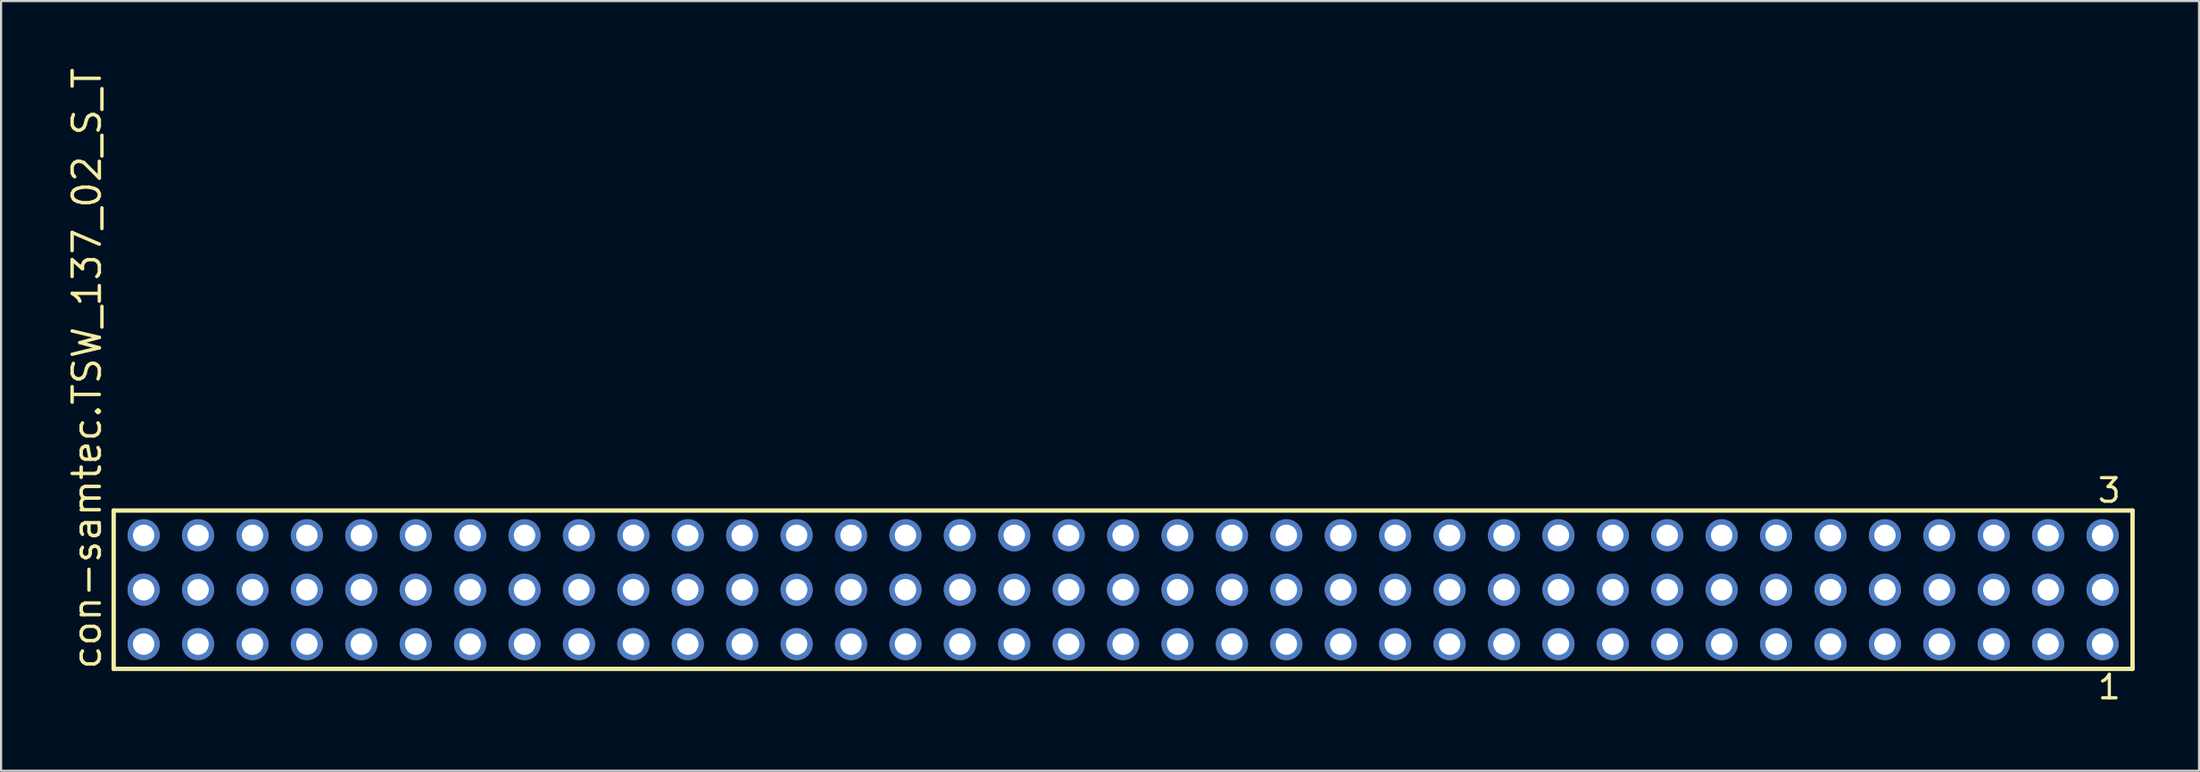
<source format=kicad_pcb>
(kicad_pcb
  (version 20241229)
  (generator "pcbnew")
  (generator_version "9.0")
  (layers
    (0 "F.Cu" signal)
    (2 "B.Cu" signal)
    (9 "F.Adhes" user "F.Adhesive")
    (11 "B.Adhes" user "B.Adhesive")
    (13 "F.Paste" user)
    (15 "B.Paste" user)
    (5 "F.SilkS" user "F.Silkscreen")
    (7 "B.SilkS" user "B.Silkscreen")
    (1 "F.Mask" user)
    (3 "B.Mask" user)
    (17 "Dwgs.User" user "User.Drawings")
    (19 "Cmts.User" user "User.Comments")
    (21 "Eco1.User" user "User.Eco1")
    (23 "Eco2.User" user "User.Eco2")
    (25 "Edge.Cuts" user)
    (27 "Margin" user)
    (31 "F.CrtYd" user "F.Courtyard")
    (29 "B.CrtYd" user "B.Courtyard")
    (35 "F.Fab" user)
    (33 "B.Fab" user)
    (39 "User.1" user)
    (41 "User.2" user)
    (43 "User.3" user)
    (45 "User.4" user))
  (footprint "con-samtec.TSW_137_02_S_T"
    (layer "F.Cu")
    (at 49.375 24.477)
    (property "Reference" "con-samtec.TSW_137_02_S_T" (at -47.625 3.81 90) (layer "F.SilkS") (effects (font (size 1.27 1.27) (thickness 0.16)) (justify left bottom)))
    (attr through_hole)
    (fp_line (start -47.119 -3.695) (end 47.119 -3.695) (stroke (width 0.203) (type default)) (layer "F.SilkS"))
    (fp_line (start -47.119 3.695) (end -47.119 -3.695) (stroke (width 0.203) (type default)) (layer "F.SilkS"))
    (fp_line (start 47.119 -3.695) (end 47.119 3.695) (stroke (width 0.203) (type default)) (layer "F.SilkS"))
    (fp_line (start 47.119 3.695) (end -47.119 3.695) (stroke (width 0.203) (type default)) (layer "F.SilkS"))
    (fp_rect (start -46.07 -2.19) (end -45.37 -2.89) (stroke (width 0.05) (type default)) (fill no) (layer "F.Fab"))
    (fp_rect (start -46.07 0.35) (end -45.37 -0.35) (stroke (width 0.05) (type default)) (fill no) (layer "F.Fab"))
    (fp_rect (start -46.07 2.89) (end -45.37 2.19) (stroke (width 0.05) (type default)) (fill no) (layer "F.Fab"))
    (fp_rect (start -43.53 -2.19) (end -42.83 -2.89) (stroke (width 0.05) (type default)) (fill no) (layer "F.Fab"))
    (fp_rect (start -43.53 0.35) (end -42.83 -0.35) (stroke (width 0.05) (type default)) (fill no) (layer "F.Fab"))
    (fp_rect (start -43.53 2.89) (end -42.83 2.19) (stroke (width 0.05) (type default)) (fill no) (layer "F.Fab"))
    (fp_rect (start -40.99 -2.19) (end -40.29 -2.89) (stroke (width 0.05) (type default)) (fill no) (layer "F.Fab"))
    (fp_rect (start -40.99 0.35) (end -40.29 -0.35) (stroke (width 0.05) (type default)) (fill no) (layer "F.Fab"))
    (fp_rect (start -40.99 2.89) (end -40.29 2.19) (stroke (width 0.05) (type default)) (fill no) (layer "F.Fab"))
    (fp_rect (start -38.45 -2.19) (end -37.75 -2.89) (stroke (width 0.05) (type default)) (fill no) (layer "F.Fab"))
    (fp_rect (start -38.45 0.35) (end -37.75 -0.35) (stroke (width 0.05) (type default)) (fill no) (layer "F.Fab"))
    (fp_rect (start -38.45 2.89) (end -37.75 2.19) (stroke (width 0.05) (type default)) (fill no) (layer "F.Fab"))
    (fp_rect (start -35.91 -2.19) (end -35.21 -2.89) (stroke (width 0.05) (type default)) (fill no) (layer "F.Fab"))
    (fp_rect (start -35.91 0.35) (end -35.21 -0.35) (stroke (width 0.05) (type default)) (fill no) (layer "F.Fab"))
    (fp_rect (start -35.91 2.89) (end -35.21 2.19) (stroke (width 0.05) (type default)) (fill no) (layer "F.Fab"))
    (fp_rect (start -33.37 -2.19) (end -32.67 -2.89) (stroke (width 0.05) (type default)) (fill no) (layer "F.Fab"))
    (fp_rect (start -33.37 0.35) (end -32.67 -0.35) (stroke (width 0.05) (type default)) (fill no) (layer "F.Fab"))
    (fp_rect (start -33.37 2.89) (end -32.67 2.19) (stroke (width 0.05) (type default)) (fill no) (layer "F.Fab"))
    (fp_rect (start -30.83 -2.19) (end -30.13 -2.89) (stroke (width 0.05) (type default)) (fill no) (layer "F.Fab"))
    (fp_rect (start -30.83 0.35) (end -30.13 -0.35) (stroke (width 0.05) (type default)) (fill no) (layer "F.Fab"))
    (fp_rect (start -30.83 2.89) (end -30.13 2.19) (stroke (width 0.05) (type default)) (fill no) (layer "F.Fab"))
    (fp_rect (start -28.29 -2.19) (end -27.59 -2.89) (stroke (width 0.05) (type default)) (fill no) (layer "F.Fab"))
    (fp_rect (start -28.29 0.35) (end -27.59 -0.35) (stroke (width 0.05) (type default)) (fill no) (layer "F.Fab"))
    (fp_rect (start -28.29 2.89) (end -27.59 2.19) (stroke (width 0.05) (type default)) (fill no) (layer "F.Fab"))
    (fp_rect (start -25.75 -2.19) (end -25.05 -2.89) (stroke (width 0.05) (type default)) (fill no) (layer "F.Fab"))
    (fp_rect (start -25.75 0.35) (end -25.05 -0.35) (stroke (width 0.05) (type default)) (fill no) (layer "F.Fab"))
    (fp_rect (start -25.75 2.89) (end -25.05 2.19) (stroke (width 0.05) (type default)) (fill no) (layer "F.Fab"))
    (fp_rect (start -23.21 -2.19) (end -22.51 -2.89) (stroke (width 0.05) (type default)) (fill no) (layer "F.Fab"))
    (fp_rect (start -23.21 0.35) (end -22.51 -0.35) (stroke (width 0.05) (type default)) (fill no) (layer "F.Fab"))
    (fp_rect (start -23.21 2.89) (end -22.51 2.19) (stroke (width 0.05) (type default)) (fill no) (layer "F.Fab"))
    (fp_rect (start -20.67 -2.19) (end -19.97 -2.89) (stroke (width 0.05) (type default)) (fill no) (layer "F.Fab"))
    (fp_rect (start -20.67 0.35) (end -19.97 -0.35) (stroke (width 0.05) (type default)) (fill no) (layer "F.Fab"))
    (fp_rect (start -20.67 2.89) (end -19.97 2.19) (stroke (width 0.05) (type default)) (fill no) (layer "F.Fab"))
    (fp_rect (start -18.13 -2.19) (end -17.43 -2.89) (stroke (width 0.05) (type default)) (fill no) (layer "F.Fab"))
    (fp_rect (start -18.13 0.35) (end -17.43 -0.35) (stroke (width 0.05) (type default)) (fill no) (layer "F.Fab"))
    (fp_rect (start -18.13 2.89) (end -17.43 2.19) (stroke (width 0.05) (type default)) (fill no) (layer "F.Fab"))
    (fp_rect (start -15.59 -2.19) (end -14.89 -2.89) (stroke (width 0.05) (type default)) (fill no) (layer "F.Fab"))
    (fp_rect (start -15.59 0.35) (end -14.89 -0.35) (stroke (width 0.05) (type default)) (fill no) (layer "F.Fab"))
    (fp_rect (start -15.59 2.89) (end -14.89 2.19) (stroke (width 0.05) (type default)) (fill no) (layer "F.Fab"))
    (fp_rect (start -13.05 -2.19) (end -12.35 -2.89) (stroke (width 0.05) (type default)) (fill no) (layer "F.Fab"))
    (fp_rect (start -13.05 0.35) (end -12.35 -0.35) (stroke (width 0.05) (type default)) (fill no) (layer "F.Fab"))
    (fp_rect (start -13.05 2.89) (end -12.35 2.19) (stroke (width 0.05) (type default)) (fill no) (layer "F.Fab"))
    (fp_rect (start -10.51 -2.19) (end -9.81 -2.89) (stroke (width 0.05) (type default)) (fill no) (layer "F.Fab"))
    (fp_rect (start -10.51 0.35) (end -9.81 -0.35) (stroke (width 0.05) (type default)) (fill no) (layer "F.Fab"))
    (fp_rect (start -10.51 2.89) (end -9.81 2.19) (stroke (width 0.05) (type default)) (fill no) (layer "F.Fab"))
    (fp_rect (start -7.97 -2.19) (end -7.27 -2.89) (stroke (width 0.05) (type default)) (fill no) (layer "F.Fab"))
    (fp_rect (start -7.97 0.35) (end -7.27 -0.35) (stroke (width 0.05) (type default)) (fill no) (layer "F.Fab"))
    (fp_rect (start -7.97 2.89) (end -7.27 2.19) (stroke (width 0.05) (type default)) (fill no) (layer "F.Fab"))
    (fp_rect (start -5.43 -2.19) (end -4.73 -2.89) (stroke (width 0.05) (type default)) (fill no) (layer "F.Fab"))
    (fp_rect (start -5.43 0.35) (end -4.73 -0.35) (stroke (width 0.05) (type default)) (fill no) (layer "F.Fab"))
    (fp_rect (start -5.43 2.89) (end -4.73 2.19) (stroke (width 0.05) (type default)) (fill no) (layer "F.Fab"))
    (fp_rect (start -2.89 -2.19) (end -2.19 -2.89) (stroke (width 0.05) (type default)) (fill no) (layer "F.Fab"))
    (fp_rect (start -2.89 0.35) (end -2.19 -0.35) (stroke (width 0.05) (type default)) (fill no) (layer "F.Fab"))
    (fp_rect (start -2.89 2.89) (end -2.19 2.19) (stroke (width 0.05) (type default)) (fill no) (layer "F.Fab"))
    (fp_rect (start -0.35 -2.19) (end 0.35 -2.89) (stroke (width 0.05) (type default)) (fill no) (layer "F.Fab"))
    (fp_rect (start -0.35 0.35) (end 0.35 -0.35) (stroke (width 0.05) (type default)) (fill no) (layer "F.Fab"))
    (fp_rect (start -0.35 2.89) (end 0.35 2.19) (stroke (width 0.05) (type default)) (fill no) (layer "F.Fab"))
    (fp_rect (start 2.19 -2.19) (end 2.89 -2.89) (stroke (width 0.05) (type default)) (fill no) (layer "F.Fab"))
    (fp_rect (start 2.19 0.35) (end 2.89 -0.35) (stroke (width 0.05) (type default)) (fill no) (layer "F.Fab"))
    (fp_rect (start 2.19 2.89) (end 2.89 2.19) (stroke (width 0.05) (type default)) (fill no) (layer "F.Fab"))
    (fp_rect (start 4.73 -2.19) (end 5.43 -2.89) (stroke (width 0.05) (type default)) (fill no) (layer "F.Fab"))
    (fp_rect (start 4.73 0.35) (end 5.43 -0.35) (stroke (width 0.05) (type default)) (fill no) (layer "F.Fab"))
    (fp_rect (start 4.73 2.89) (end 5.43 2.19) (stroke (width 0.05) (type default)) (fill no) (layer "F.Fab"))
    (fp_rect (start 7.27 -2.19) (end 7.97 -2.89) (stroke (width 0.05) (type default)) (fill no) (layer "F.Fab"))
    (fp_rect (start 7.27 0.35) (end 7.97 -0.35) (stroke (width 0.05) (type default)) (fill no) (layer "F.Fab"))
    (fp_rect (start 7.27 2.89) (end 7.97 2.19) (stroke (width 0.05) (type default)) (fill no) (layer "F.Fab"))
    (fp_rect (start 9.81 -2.19) (end 10.51 -2.89) (stroke (width 0.05) (type default)) (fill no) (layer "F.Fab"))
    (fp_rect (start 9.81 0.35) (end 10.51 -0.35) (stroke (width 0.05) (type default)) (fill no) (layer "F.Fab"))
    (fp_rect (start 9.81 2.89) (end 10.51 2.19) (stroke (width 0.05) (type default)) (fill no) (layer "F.Fab"))
    (fp_rect (start 12.35 -2.19) (end 13.05 -2.89) (stroke (width 0.05) (type default)) (fill no) (layer "F.Fab"))
    (fp_rect (start 12.35 0.35) (end 13.05 -0.35) (stroke (width 0.05) (type default)) (fill no) (layer "F.Fab"))
    (fp_rect (start 12.35 2.89) (end 13.05 2.19) (stroke (width 0.05) (type default)) (fill no) (layer "F.Fab"))
    (fp_rect (start 14.89 -2.19) (end 15.59 -2.89) (stroke (width 0.05) (type default)) (fill no) (layer "F.Fab"))
    (fp_rect (start 14.89 0.35) (end 15.59 -0.35) (stroke (width 0.05) (type default)) (fill no) (layer "F.Fab"))
    (fp_rect (start 14.89 2.89) (end 15.59 2.19) (stroke (width 0.05) (type default)) (fill no) (layer "F.Fab"))
    (fp_rect (start 17.43 -2.19) (end 18.13 -2.89) (stroke (width 0.05) (type default)) (fill no) (layer "F.Fab"))
    (fp_rect (start 17.43 0.35) (end 18.13 -0.35) (stroke (width 0.05) (type default)) (fill no) (layer "F.Fab"))
    (fp_rect (start 17.43 2.89) (end 18.13 2.19) (stroke (width 0.05) (type default)) (fill no) (layer "F.Fab"))
    (fp_rect (start 19.97 -2.19) (end 20.67 -2.89) (stroke (width 0.05) (type default)) (fill no) (layer "F.Fab"))
    (fp_rect (start 19.97 0.35) (end 20.67 -0.35) (stroke (width 0.05) (type default)) (fill no) (layer "F.Fab"))
    (fp_rect (start 19.97 2.89) (end 20.67 2.19) (stroke (width 0.05) (type default)) (fill no) (layer "F.Fab"))
    (fp_rect (start 22.51 -2.19) (end 23.21 -2.89) (stroke (width 0.05) (type default)) (fill no) (layer "F.Fab"))
    (fp_rect (start 22.51 0.35) (end 23.21 -0.35) (stroke (width 0.05) (type default)) (fill no) (layer "F.Fab"))
    (fp_rect (start 22.51 2.89) (end 23.21 2.19) (stroke (width 0.05) (type default)) (fill no) (layer "F.Fab"))
    (fp_rect (start 25.05 -2.19) (end 25.75 -2.89) (stroke (width 0.05) (type default)) (fill no) (layer "F.Fab"))
    (fp_rect (start 25.05 0.35) (end 25.75 -0.35) (stroke (width 0.05) (type default)) (fill no) (layer "F.Fab"))
    (fp_rect (start 25.05 2.89) (end 25.75 2.19) (stroke (width 0.05) (type default)) (fill no) (layer "F.Fab"))
    (fp_rect (start 27.59 -2.19) (end 28.29 -2.89) (stroke (width 0.05) (type default)) (fill no) (layer "F.Fab"))
    (fp_rect (start 27.59 0.35) (end 28.29 -0.35) (stroke (width 0.05) (type default)) (fill no) (layer "F.Fab"))
    (fp_rect (start 27.59 2.89) (end 28.29 2.19) (stroke (width 0.05) (type default)) (fill no) (layer "F.Fab"))
    (fp_rect (start 30.13 -2.19) (end 30.83 -2.89) (stroke (width 0.05) (type default)) (fill no) (layer "F.Fab"))
    (fp_rect (start 30.13 0.35) (end 30.83 -0.35) (stroke (width 0.05) (type default)) (fill no) (layer "F.Fab"))
    (fp_rect (start 30.13 2.89) (end 30.83 2.19) (stroke (width 0.05) (type default)) (fill no) (layer "F.Fab"))
    (fp_rect (start 32.67 -2.19) (end 33.37 -2.89) (stroke (width 0.05) (type default)) (fill no) (layer "F.Fab"))
    (fp_rect (start 32.67 0.35) (end 33.37 -0.35) (stroke (width 0.05) (type default)) (fill no) (layer "F.Fab"))
    (fp_rect (start 32.67 2.89) (end 33.37 2.19) (stroke (width 0.05) (type default)) (fill no) (layer "F.Fab"))
    (fp_rect (start 35.21 -2.19) (end 35.91 -2.89) (stroke (width 0.05) (type default)) (fill no) (layer "F.Fab"))
    (fp_rect (start 35.21 0.35) (end 35.91 -0.35) (stroke (width 0.05) (type default)) (fill no) (layer "F.Fab"))
    (fp_rect (start 35.21 2.89) (end 35.91 2.19) (stroke (width 0.05) (type default)) (fill no) (layer "F.Fab"))
    (fp_rect (start 37.75 -2.19) (end 38.45 -2.89) (stroke (width 0.05) (type default)) (fill no) (layer "F.Fab"))
    (fp_rect (start 37.75 0.35) (end 38.45 -0.35) (stroke (width 0.05) (type default)) (fill no) (layer "F.Fab"))
    (fp_rect (start 37.75 2.89) (end 38.45 2.19) (stroke (width 0.05) (type default)) (fill no) (layer "F.Fab"))
    (fp_rect (start 40.29 -2.19) (end 40.99 -2.89) (stroke (width 0.05) (type default)) (fill no) (layer "F.Fab"))
    (fp_rect (start 40.29 0.35) (end 40.99 -0.35) (stroke (width 0.05) (type default)) (fill no) (layer "F.Fab"))
    (fp_rect (start 40.29 2.89) (end 40.99 2.19) (stroke (width 0.05) (type default)) (fill no) (layer "F.Fab"))
    (fp_rect (start 42.83 -2.19) (end 43.53 -2.89) (stroke (width 0.05) (type default)) (fill no) (layer "F.Fab"))
    (fp_rect (start 42.83 0.35) (end 43.53 -0.35) (stroke (width 0.05) (type default)) (fill no) (layer "F.Fab"))
    (fp_rect (start 42.83 2.89) (end 43.53 2.19) (stroke (width 0.05) (type default)) (fill no) (layer "F.Fab"))
    (fp_rect (start 45.37 -2.19) (end 46.07 -2.89) (stroke (width 0.05) (type default)) (fill no) (layer "F.Fab"))
    (fp_rect (start 45.37 0.35) (end 46.07 -0.35) (stroke (width 0.05) (type default)) (fill no) (layer "F.Fab"))
    (fp_rect (start 45.37 2.89) (end 46.07 2.19) (stroke (width 0.05) (type default)) (fill no) (layer "F.Fab"))
    (fp_text user "3" (at 45.408 -3.989 0) (layer "F.SilkS") (effects (font (size 1.1 1.1) (thickness 0.15)) (justify left bottom)))
    (fp_text user "1" (at 45.412 5.188 0) (layer "F.SilkS") (effects (font (size 1.1 1.1) (thickness 0.15)) (justify left bottom)))
    (pad "1" thru_hole circle (at 45.72 2.54 180) (size 1.5 1.5) (drill 1) (layers "*.Cu" "*.Mask"))
    (pad "2" thru_hole circle (at 45.72 0 180) (size 1.5 1.5) (drill 1) (layers "*.Cu" "*.Mask"))
    (pad "3" thru_hole circle (at 45.72 -2.54 180) (size 1.5 1.5) (drill 1) (layers "*.Cu" "*.Mask"))
    (pad "4" thru_hole circle (at 43.18 2.54 180) (size 1.5 1.5) (drill 1) (layers "*.Cu" "*.Mask"))
    (pad "5" thru_hole circle (at 43.18 0 180) (size 1.5 1.5) (drill 1) (layers "*.Cu" "*.Mask"))
    (pad "6" thru_hole circle (at 43.18 -2.54 180) (size 1.5 1.5) (drill 1) (layers "*.Cu" "*.Mask"))
    (pad "7" thru_hole circle (at 40.64 2.54 180) (size 1.5 1.5) (drill 1) (layers "*.Cu" "*.Mask"))
    (pad "8" thru_hole circle (at 40.64 0 180) (size 1.5 1.5) (drill 1) (layers "*.Cu" "*.Mask"))
    (pad "9" thru_hole circle (at 40.64 -2.54 180) (size 1.5 1.5) (drill 1) (layers "*.Cu" "*.Mask"))
    (pad "10" thru_hole circle (at 38.1 2.54 180) (size 1.5 1.5) (drill 1) (layers "*.Cu" "*.Mask"))
    (pad "11" thru_hole circle (at 38.1 0 180) (size 1.5 1.5) (drill 1) (layers "*.Cu" "*.Mask"))
    (pad "12" thru_hole circle (at 38.1 -2.54 180) (size 1.5 1.5) (drill 1) (layers "*.Cu" "*.Mask"))
    (pad "13" thru_hole circle (at 35.56 2.54 180) (size 1.5 1.5) (drill 1) (layers "*.Cu" "*.Mask"))
    (pad "14" thru_hole circle (at 35.56 0 180) (size 1.5 1.5) (drill 1) (layers "*.Cu" "*.Mask"))
    (pad "15" thru_hole circle (at 35.56 -2.54 180) (size 1.5 1.5) (drill 1) (layers "*.Cu" "*.Mask"))
    (pad "16" thru_hole circle (at 33.02 2.54 180) (size 1.5 1.5) (drill 1) (layers "*.Cu" "*.Mask"))
    (pad "17" thru_hole circle (at 33.02 0 180) (size 1.5 1.5) (drill 1) (layers "*.Cu" "*.Mask"))
    (pad "18" thru_hole circle (at 33.02 -2.54 180) (size 1.5 1.5) (drill 1) (layers "*.Cu" "*.Mask"))
    (pad "19" thru_hole circle (at 30.48 2.54 180) (size 1.5 1.5) (drill 1) (layers "*.Cu" "*.Mask"))
    (pad "20" thru_hole circle (at 30.48 0 180) (size 1.5 1.5) (drill 1) (layers "*.Cu" "*.Mask"))
    (pad "21" thru_hole circle (at 30.48 -2.54 180) (size 1.5 1.5) (drill 1) (layers "*.Cu" "*.Mask"))
    (pad "22" thru_hole circle (at 27.94 2.54 180) (size 1.5 1.5) (drill 1) (layers "*.Cu" "*.Mask"))
    (pad "23" thru_hole circle (at 27.94 0 180) (size 1.5 1.5) (drill 1) (layers "*.Cu" "*.Mask"))
    (pad "24" thru_hole circle (at 27.94 -2.54 180) (size 1.5 1.5) (drill 1) (layers "*.Cu" "*.Mask"))
    (pad "25" thru_hole circle (at 25.4 2.54 180) (size 1.5 1.5) (drill 1) (layers "*.Cu" "*.Mask"))
    (pad "26" thru_hole circle (at 25.4 0 180) (size 1.5 1.5) (drill 1) (layers "*.Cu" "*.Mask"))
    (pad "27" thru_hole circle (at 25.4 -2.54 180) (size 1.5 1.5) (drill 1) (layers "*.Cu" "*.Mask"))
    (pad "28" thru_hole circle (at 22.86 2.54 180) (size 1.5 1.5) (drill 1) (layers "*.Cu" "*.Mask"))
    (pad "29" thru_hole circle (at 22.86 0 180) (size 1.5 1.5) (drill 1) (layers "*.Cu" "*.Mask"))
    (pad "30" thru_hole circle (at 22.86 -2.54 180) (size 1.5 1.5) (drill 1) (layers "*.Cu" "*.Mask"))
    (pad "31" thru_hole circle (at 20.32 2.54 180) (size 1.5 1.5) (drill 1) (layers "*.Cu" "*.Mask"))
    (pad "32" thru_hole circle (at 20.32 0 180) (size 1.5 1.5) (drill 1) (layers "*.Cu" "*.Mask"))
    (pad "33" thru_hole circle (at 20.32 -2.54 180) (size 1.5 1.5) (drill 1) (layers "*.Cu" "*.Mask"))
    (pad "34" thru_hole circle (at 17.78 2.54 180) (size 1.5 1.5) (drill 1) (layers "*.Cu" "*.Mask"))
    (pad "35" thru_hole circle (at 17.78 0 180) (size 1.5 1.5) (drill 1) (layers "*.Cu" "*.Mask"))
    (pad "36" thru_hole circle (at 17.78 -2.54 180) (size 1.5 1.5) (drill 1) (layers "*.Cu" "*.Mask"))
    (pad "37" thru_hole circle (at 15.24 2.54 180) (size 1.5 1.5) (drill 1) (layers "*.Cu" "*.Mask"))
    (pad "38" thru_hole circle (at 15.24 0 180) (size 1.5 1.5) (drill 1) (layers "*.Cu" "*.Mask"))
    (pad "39" thru_hole circle (at 15.24 -2.54 180) (size 1.5 1.5) (drill 1) (layers "*.Cu" "*.Mask"))
    (pad "40" thru_hole circle (at 12.7 2.54 180) (size 1.5 1.5) (drill 1) (layers "*.Cu" "*.Mask"))
    (pad "41" thru_hole circle (at 12.7 0 180) (size 1.5 1.5) (drill 1) (layers "*.Cu" "*.Mask"))
    (pad "42" thru_hole circle (at 12.7 -2.54 180) (size 1.5 1.5) (drill 1) (layers "*.Cu" "*.Mask"))
    (pad "43" thru_hole circle (at 10.16 2.54 180) (size 1.5 1.5) (drill 1) (layers "*.Cu" "*.Mask"))
    (pad "44" thru_hole circle (at 10.16 0 180) (size 1.5 1.5) (drill 1) (layers "*.Cu" "*.Mask"))
    (pad "45" thru_hole circle (at 10.16 -2.54 180) (size 1.5 1.5) (drill 1) (layers "*.Cu" "*.Mask"))
    (pad "46" thru_hole circle (at 7.62 2.54 180) (size 1.5 1.5) (drill 1) (layers "*.Cu" "*.Mask"))
    (pad "47" thru_hole circle (at 7.62 0 180) (size 1.5 1.5) (drill 1) (layers "*.Cu" "*.Mask"))
    (pad "48" thru_hole circle (at 7.62 -2.54 180) (size 1.5 1.5) (drill 1) (layers "*.Cu" "*.Mask"))
    (pad "49" thru_hole circle (at 5.08 2.54 180) (size 1.5 1.5) (drill 1) (layers "*.Cu" "*.Mask"))
    (pad "50" thru_hole circle (at 5.08 0 180) (size 1.5 1.5) (drill 1) (layers "*.Cu" "*.Mask"))
    (pad "51" thru_hole circle (at 5.08 -2.54 180) (size 1.5 1.5) (drill 1) (layers "*.Cu" "*.Mask"))
    (pad "52" thru_hole circle (at 2.54 2.54 180) (size 1.5 1.5) (drill 1) (layers "*.Cu" "*.Mask"))
    (pad "53" thru_hole circle (at 2.54 0 180) (size 1.5 1.5) (drill 1) (layers "*.Cu" "*.Mask"))
    (pad "54" thru_hole circle (at 2.54 -2.54 180) (size 1.5 1.5) (drill 1) (layers "*.Cu" "*.Mask"))
    (pad "55" thru_hole circle (at 0 2.54 180) (size 1.5 1.5) (drill 1) (layers "*.Cu" "*.Mask"))
    (pad "56" thru_hole circle (at 0 0 180) (size 1.5 1.5) (drill 1) (layers "*.Cu" "*.Mask"))
    (pad "57" thru_hole circle (at 0 -2.54 180) (size 1.5 1.5) (drill 1) (layers "*.Cu" "*.Mask"))
    (pad "58" thru_hole circle (at -2.54 2.54 180) (size 1.5 1.5) (drill 1) (layers "*.Cu" "*.Mask"))
    (pad "59" thru_hole circle (at -2.54 0 180) (size 1.5 1.5) (drill 1) (layers "*.Cu" "*.Mask"))
    (pad "60" thru_hole circle (at -2.54 -2.54 180) (size 1.5 1.5) (drill 1) (layers "*.Cu" "*.Mask"))
    (pad "61" thru_hole circle (at -5.08 2.54 180) (size 1.5 1.5) (drill 1) (layers "*.Cu" "*.Mask"))
    (pad "62" thru_hole circle (at -5.08 0 180) (size 1.5 1.5) (drill 1) (layers "*.Cu" "*.Mask"))
    (pad "63" thru_hole circle (at -5.08 -2.54 180) (size 1.5 1.5) (drill 1) (layers "*.Cu" "*.Mask"))
    (pad "64" thru_hole circle (at -7.62 2.54 180) (size 1.5 1.5) (drill 1) (layers "*.Cu" "*.Mask"))
    (pad "65" thru_hole circle (at -7.62 0 180) (size 1.5 1.5) (drill 1) (layers "*.Cu" "*.Mask"))
    (pad "66" thru_hole circle (at -7.62 -2.54 180) (size 1.5 1.5) (drill 1) (layers "*.Cu" "*.Mask"))
    (pad "67" thru_hole circle (at -10.16 2.54 180) (size 1.5 1.5) (drill 1) (layers "*.Cu" "*.Mask"))
    (pad "68" thru_hole circle (at -10.16 0 180) (size 1.5 1.5) (drill 1) (layers "*.Cu" "*.Mask"))
    (pad "69" thru_hole circle (at -10.16 -2.54 180) (size 1.5 1.5) (drill 1) (layers "*.Cu" "*.Mask"))
    (pad "70" thru_hole circle (at -12.7 2.54 180) (size 1.5 1.5) (drill 1) (layers "*.Cu" "*.Mask"))
    (pad "71" thru_hole circle (at -12.7 0 180) (size 1.5 1.5) (drill 1) (layers "*.Cu" "*.Mask"))
    (pad "72" thru_hole circle (at -12.7 -2.54 180) (size 1.5 1.5) (drill 1) (layers "*.Cu" "*.Mask"))
    (pad "73" thru_hole circle (at -15.24 2.54 180) (size 1.5 1.5) (drill 1) (layers "*.Cu" "*.Mask"))
    (pad "74" thru_hole circle (at -15.24 0 180) (size 1.5 1.5) (drill 1) (layers "*.Cu" "*.Mask"))
    (pad "75" thru_hole circle (at -15.24 -2.54 180) (size 1.5 1.5) (drill 1) (layers "*.Cu" "*.Mask"))
    (pad "76" thru_hole circle (at -17.78 2.54 180) (size 1.5 1.5) (drill 1) (layers "*.Cu" "*.Mask"))
    (pad "77" thru_hole circle (at -17.78 0 180) (size 1.5 1.5) (drill 1) (layers "*.Cu" "*.Mask"))
    (pad "78" thru_hole circle (at -17.78 -2.54 180) (size 1.5 1.5) (drill 1) (layers "*.Cu" "*.Mask"))
    (pad "79" thru_hole circle (at -20.32 2.54 180) (size 1.5 1.5) (drill 1) (layers "*.Cu" "*.Mask"))
    (pad "80" thru_hole circle (at -20.32 0 180) (size 1.5 1.5) (drill 1) (layers "*.Cu" "*.Mask"))
    (pad "81" thru_hole circle (at -20.32 -2.54 180) (size 1.5 1.5) (drill 1) (layers "*.Cu" "*.Mask"))
    (pad "82" thru_hole circle (at -22.86 2.54 180) (size 1.5 1.5) (drill 1) (layers "*.Cu" "*.Mask"))
    (pad "83" thru_hole circle (at -22.86 0 180) (size 1.5 1.5) (drill 1) (layers "*.Cu" "*.Mask"))
    (pad "84" thru_hole circle (at -22.86 -2.54 180) (size 1.5 1.5) (drill 1) (layers "*.Cu" "*.Mask"))
    (pad "85" thru_hole circle (at -25.4 2.54 180) (size 1.5 1.5) (drill 1) (layers "*.Cu" "*.Mask"))
    (pad "86" thru_hole circle (at -25.4 0 180) (size 1.5 1.5) (drill 1) (layers "*.Cu" "*.Mask"))
    (pad "87" thru_hole circle (at -25.4 -2.54 180) (size 1.5 1.5) (drill 1) (layers "*.Cu" "*.Mask"))
    (pad "88" thru_hole circle (at -27.94 2.54 180) (size 1.5 1.5) (drill 1) (layers "*.Cu" "*.Mask"))
    (pad "89" thru_hole circle (at -27.94 0 180) (size 1.5 1.5) (drill 1) (layers "*.Cu" "*.Mask"))
    (pad "90" thru_hole circle (at -27.94 -2.54 180) (size 1.5 1.5) (drill 1) (layers "*.Cu" "*.Mask"))
    (pad "91" thru_hole circle (at -30.48 2.54 180) (size 1.5 1.5) (drill 1) (layers "*.Cu" "*.Mask"))
    (pad "92" thru_hole circle (at -30.48 0 180) (size 1.5 1.5) (drill 1) (layers "*.Cu" "*.Mask"))
    (pad "93" thru_hole circle (at -30.48 -2.54 180) (size 1.5 1.5) (drill 1) (layers "*.Cu" "*.Mask"))
    (pad "94" thru_hole circle (at -33.02 2.54 180) (size 1.5 1.5) (drill 1) (layers "*.Cu" "*.Mask"))
    (pad "95" thru_hole circle (at -33.02 0 180) (size 1.5 1.5) (drill 1) (layers "*.Cu" "*.Mask"))
    (pad "96" thru_hole circle (at -33.02 -2.54 180) (size 1.5 1.5) (drill 1) (layers "*.Cu" "*.Mask"))
    (pad "97" thru_hole circle (at -35.56 2.54 180) (size 1.5 1.5) (drill 1) (layers "*.Cu" "*.Mask"))
    (pad "98" thru_hole circle (at -35.56 0 180) (size 1.5 1.5) (drill 1) (layers "*.Cu" "*.Mask"))
    (pad "99" thru_hole circle (at -35.56 -2.54 180) (size 1.5 1.5) (drill 1) (layers "*.Cu" "*.Mask"))
    (pad "100" thru_hole circle (at -38.1 2.54 180) (size 1.5 1.5) (drill 1) (layers "*.Cu" "*.Mask"))
    (pad "101" thru_hole circle (at -38.1 0 180) (size 1.5 1.5) (drill 1) (layers "*.Cu" "*.Mask"))
    (pad "102" thru_hole circle (at -38.1 -2.54 180) (size 1.5 1.5) (drill 1) (layers "*.Cu" "*.Mask"))
    (pad "103" thru_hole circle (at -40.64 2.54 180) (size 1.5 1.5) (drill 1) (layers "*.Cu" "*.Mask"))
    (pad "104" thru_hole circle (at -40.64 0 180) (size 1.5 1.5) (drill 1) (layers "*.Cu" "*.Mask"))
    (pad "105" thru_hole circle (at -40.64 -2.54 180) (size 1.5 1.5) (drill 1) (layers "*.Cu" "*.Mask"))
    (pad "106" thru_hole circle (at -43.18 2.54 180) (size 1.5 1.5) (drill 1) (layers "*.Cu" "*.Mask"))
    (pad "107" thru_hole circle (at -43.18 0 180) (size 1.5 1.5) (drill 1) (layers "*.Cu" "*.Mask"))
    (pad "108" thru_hole circle (at -43.18 -2.54 180) (size 1.5 1.5) (drill 1) (layers "*.Cu" "*.Mask"))
    (pad "109" thru_hole circle (at -45.72 2.54 180) (size 1.5 1.5) (drill 1) (layers "*.Cu" "*.Mask"))
    (pad "110" thru_hole circle (at -45.72 0 180) (size 1.5 1.5) (drill 1) (layers "*.Cu" "*.Mask"))
    (pad "111" thru_hole circle (at -45.72 -2.54 180) (size 1.5 1.5) (drill 1) (layers "*.Cu" "*.Mask")))
  (gr_rect
    (start -3 -3)
    (end 99.596 32.928)
    (stroke (width 0.1) (type default))
    (fill no)
    (layer "Edge.Cuts")))
</source>
